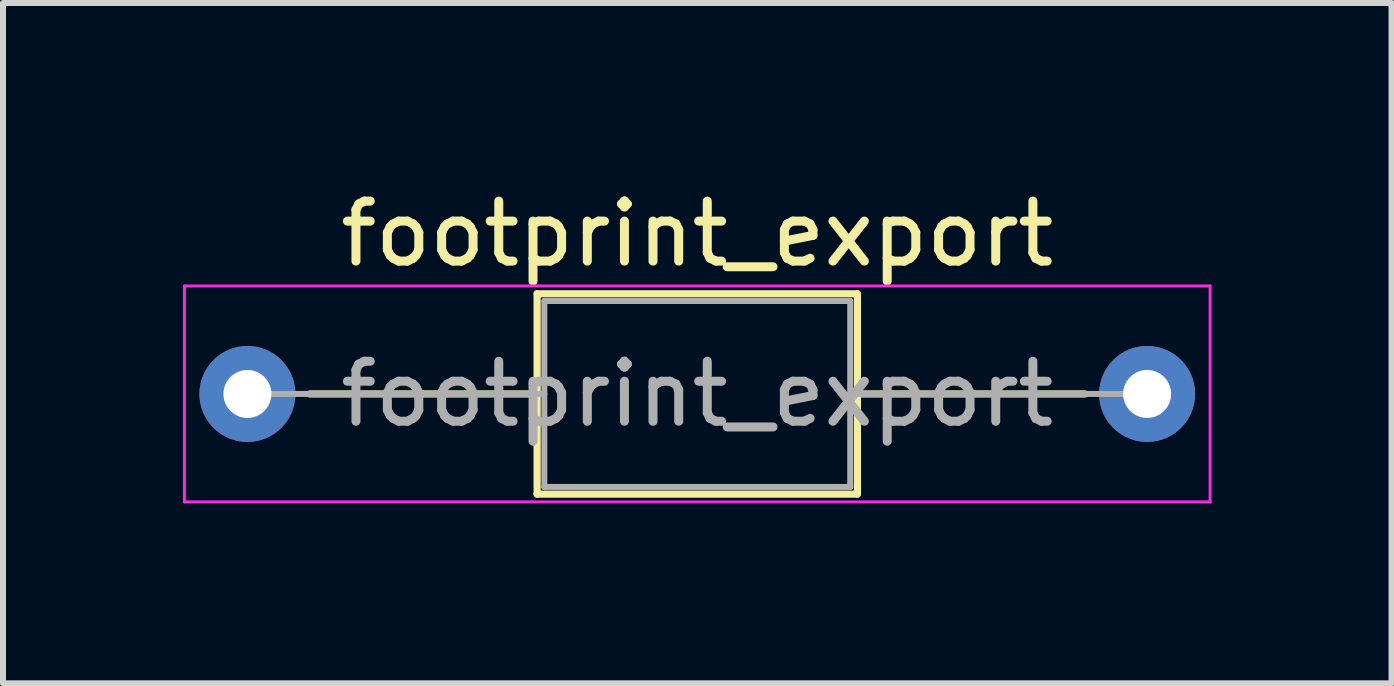
<source format=kicad_pcb>
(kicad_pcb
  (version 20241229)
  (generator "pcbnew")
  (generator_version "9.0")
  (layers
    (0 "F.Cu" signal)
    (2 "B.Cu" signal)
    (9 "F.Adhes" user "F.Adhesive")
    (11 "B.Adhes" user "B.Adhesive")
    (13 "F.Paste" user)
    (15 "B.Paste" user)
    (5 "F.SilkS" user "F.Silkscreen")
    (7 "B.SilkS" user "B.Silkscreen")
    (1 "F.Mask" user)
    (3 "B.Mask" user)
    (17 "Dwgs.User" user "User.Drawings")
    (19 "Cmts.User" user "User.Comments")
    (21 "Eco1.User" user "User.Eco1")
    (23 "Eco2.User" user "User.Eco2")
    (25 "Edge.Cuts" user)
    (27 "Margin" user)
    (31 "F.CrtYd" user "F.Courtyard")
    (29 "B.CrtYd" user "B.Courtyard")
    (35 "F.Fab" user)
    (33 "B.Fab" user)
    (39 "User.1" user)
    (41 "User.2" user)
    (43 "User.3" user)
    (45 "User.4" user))
  (footprint "footprint_export"
    (layer "F.Cu")
    (at 1.075 3.518)
    (property "Reference" "footprint_export" (at 7.5 -2.67 0) (layer "F.SilkS") (effects (font (size 1 1) (thickness 0.15))))
    (attr through_hole)
    (fp_line (start 1.04 0) (end 4.83 0) (stroke (width 0.12) (type solid)) (layer "F.SilkS"))
    (fp_line (start 4.83 -1.67) (end 4.83 1.67) (stroke (width 0.12) (type solid)) (layer "F.SilkS"))
    (fp_line (start 4.83 1.67) (end 10.17 1.67) (stroke (width 0.12) (type solid)) (layer "F.SilkS"))
    (fp_line (start 10.17 -1.67) (end 4.83 -1.67) (stroke (width 0.12) (type solid)) (layer "F.SilkS"))
    (fp_line (start 10.17 1.67) (end 10.17 -1.67) (stroke (width 0.12) (type solid)) (layer "F.SilkS"))
    (fp_line (start 13.96 0) (end 10.17 0) (stroke (width 0.12) (type solid)) (layer "F.SilkS"))
    (fp_line (start -1.05 -1.8) (end -1.05 1.8) (stroke (width 0.05) (type solid)) (layer "F.CrtYd"))
    (fp_line (start -1.05 1.8) (end 16.05 1.8) (stroke (width 0.05) (type solid)) (layer "F.CrtYd"))
    (fp_line (start 16.05 -1.8) (end -1.05 -1.8) (stroke (width 0.05) (type solid)) (layer "F.CrtYd"))
    (fp_line (start 16.05 1.8) (end 16.05 -1.8) (stroke (width 0.05) (type solid)) (layer "F.CrtYd"))
    (fp_line (start 0 0) (end 4.95 0) (stroke (width 0.1) (type solid)) (layer "F.Fab"))
    (fp_line (start 4.95 -1.55) (end 4.95 1.55) (stroke (width 0.1) (type solid)) (layer "F.Fab"))
    (fp_line (start 4.95 1.55) (end 10.05 1.55) (stroke (width 0.1) (type solid)) (layer "F.Fab"))
    (fp_line (start 10.05 -1.55) (end 4.95 -1.55) (stroke (width 0.1) (type solid)) (layer "F.Fab"))
    (fp_line (start 10.05 1.55) (end 10.05 -1.55) (stroke (width 0.1) (type solid)) (layer "F.Fab"))
    (fp_line (start 15 0) (end 10.05 0) (stroke (width 0.1) (type solid)) (layer "F.Fab"))
    (fp_text user "${REFERENCE}" (at 7.5 0 0) (layer "F.Fab") (effects (font (size 1 1) (thickness 0.15))))
    (pad "1" thru_hole circle (at 0 0) (size 1.6 1.6) (drill 0.8) (layers "*.Cu" "*.Mask"))
    (pad "2" thru_hole oval (at 15 0) (size 1.6 1.6) (drill 0.8) (layers "*.Cu" "*.Mask")))
  (gr_rect
    (start -3 -3)
    (end 20.15 8.343)
    (stroke (width 0.1) (type default))
    (fill no)
    (layer "Edge.Cuts")))
</source>
